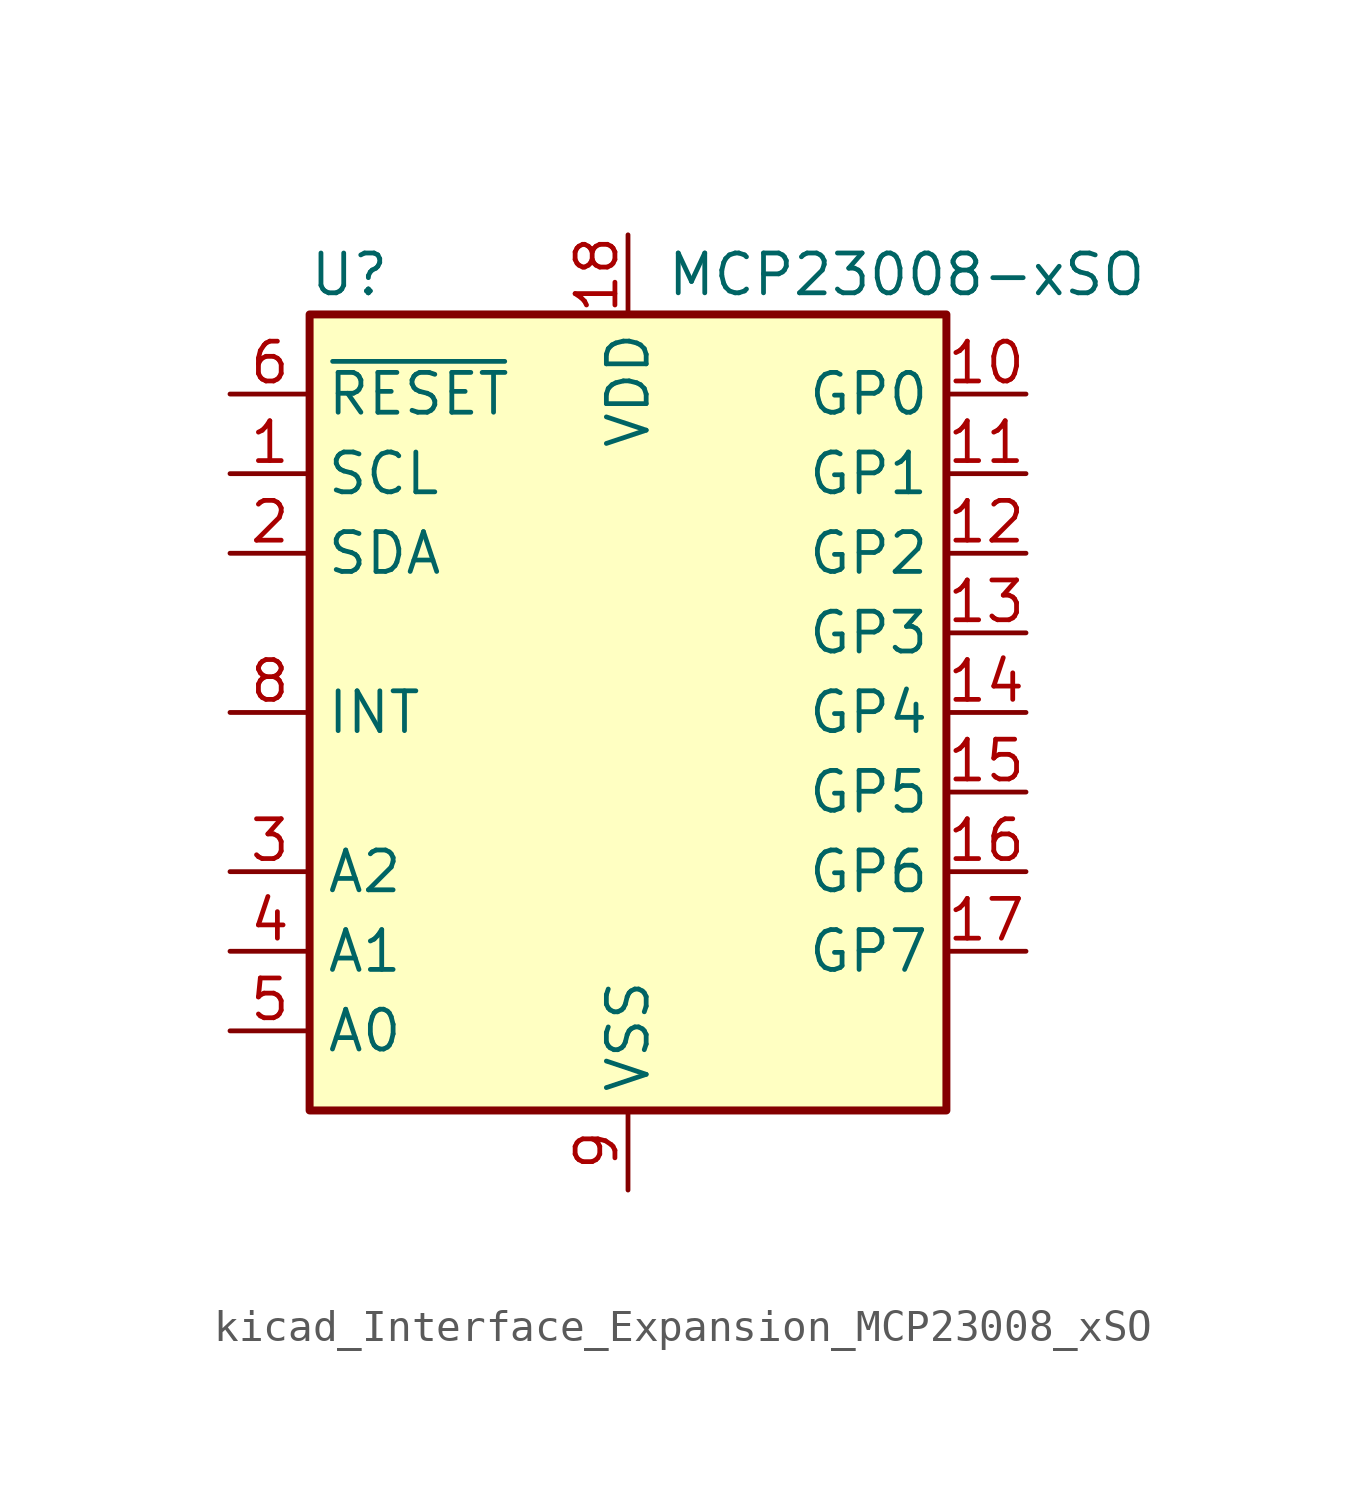
<source format=kicad_sym>
(kicad_symbol_lib
  (version 20220914)
  (generator kicad_symbol_editor)
  (symbol "kicad_Interface_Expansion_MCP23008_xSO"
    (property "Reference" "U"
      (at -8.89 13.97 0)
      (effects (font (size 1.27 1.27))))
    (property "Value" "MCP23008-xSO"
      (at 8.89 13.97 0)
      (effects (font (size 1.27 1.27))))
    (symbol "kicad_Interface_Expansion_MCP23008_xSO_0_1"
      (rectangle (start -10.16 12.7) (end 10.16 -12.7) (stroke (width 0.254) (type default)) (fill (type background))))
    (symbol "kicad_Interface_Expansion_MCP23008_xSO_1_1"
      (pin input line (at -12.7 7.62 0) (length 2.54) (name "SCL" (effects (font (size 1.27 1.27)))) (number "1" (effects (font (size 1.27 1.27)))))
      (pin bidirectional line (at 12.7 10.16 180) (length 2.54) (name "GP0" (effects (font (size 1.27 1.27)))) (number "10" (effects (font (size 1.27 1.27)))))
      (pin bidirectional line (at 12.7 7.62 180) (length 2.54) (name "GP1" (effects (font (size 1.27 1.27)))) (number "11" (effects (font (size 1.27 1.27)))))
      (pin bidirectional line (at 12.7 5.08 180) (length 2.54) (name "GP2" (effects (font (size 1.27 1.27)))) (number "12" (effects (font (size 1.27 1.27)))))
      (pin bidirectional line (at 12.7 2.54 180) (length 2.54) (name "GP3" (effects (font (size 1.27 1.27)))) (number "13" (effects (font (size 1.27 1.27)))))
      (pin bidirectional line (at 12.7 0 180) (length 2.54) (name "GP4" (effects (font (size 1.27 1.27)))) (number "14" (effects (font (size 1.27 1.27)))))
      (pin bidirectional line (at 12.7 -2.54 180) (length 2.54) (name "GP5" (effects (font (size 1.27 1.27)))) (number "15" (effects (font (size 1.27 1.27)))))
      (pin bidirectional line (at 12.7 -5.08 180) (length 2.54) (name "GP6" (effects (font (size 1.27 1.27)))) (number "16" (effects (font (size 1.27 1.27)))))
      (pin bidirectional line (at 12.7 -7.62 180) (length 2.54) (name "GP7" (effects (font (size 1.27 1.27)))) (number "17" (effects (font (size 1.27 1.27)))))
      (pin power_in line (at 0 15.24 270) (length 2.54) (name "VDD" (effects (font (size 1.27 1.27)))) (number "18" (effects (font (size 1.27 1.27)))))
      (pin bidirectional line (at -12.7 5.08 0) (length 2.54) (name "SDA" (effects (font (size 1.27 1.27)))) (number "2" (effects (font (size 1.27 1.27)))))
      (pin input line (at -12.7 -5.08 0) (length 2.54) (name "A2" (effects (font (size 1.27 1.27)))) (number "3" (effects (font (size 1.27 1.27)))))
      (pin input line (at -12.7 -7.62 0) (length 2.54) (name "A1" (effects (font (size 1.27 1.27)))) (number "4" (effects (font (size 1.27 1.27)))))
      (pin input line (at -12.7 -10.16 0) (length 2.54) (name "A0" (effects (font (size 1.27 1.27)))) (number "5" (effects (font (size 1.27 1.27)))))
      (pin input line (at -12.7 10.16 0) (length 2.54) (name "~{RESET}" (effects (font (size 1.27 1.27)))) (number "6" (effects (font (size 1.27 1.27)))))
      (pin no_connect line (at -10.16 -2.54 0) (length 2.54) hide (name "NC" (effects (font (size 1.27 1.27)))) (number "7" (effects (font (size 1.27 1.27)))))
      (pin output line (at -12.7 0 0) (length 2.54) (name "INT" (effects (font (size 1.27 1.27)))) (number "8" (effects (font (size 1.27 1.27)))) (alternate "INT" open_collector line))
      (pin power_in line (at 0 -15.24 90) (length 2.54) (name "VSS" (effects (font (size 1.27 1.27)))) (number "9" (effects (font (size 1.27 1.27))))))))
</source>
